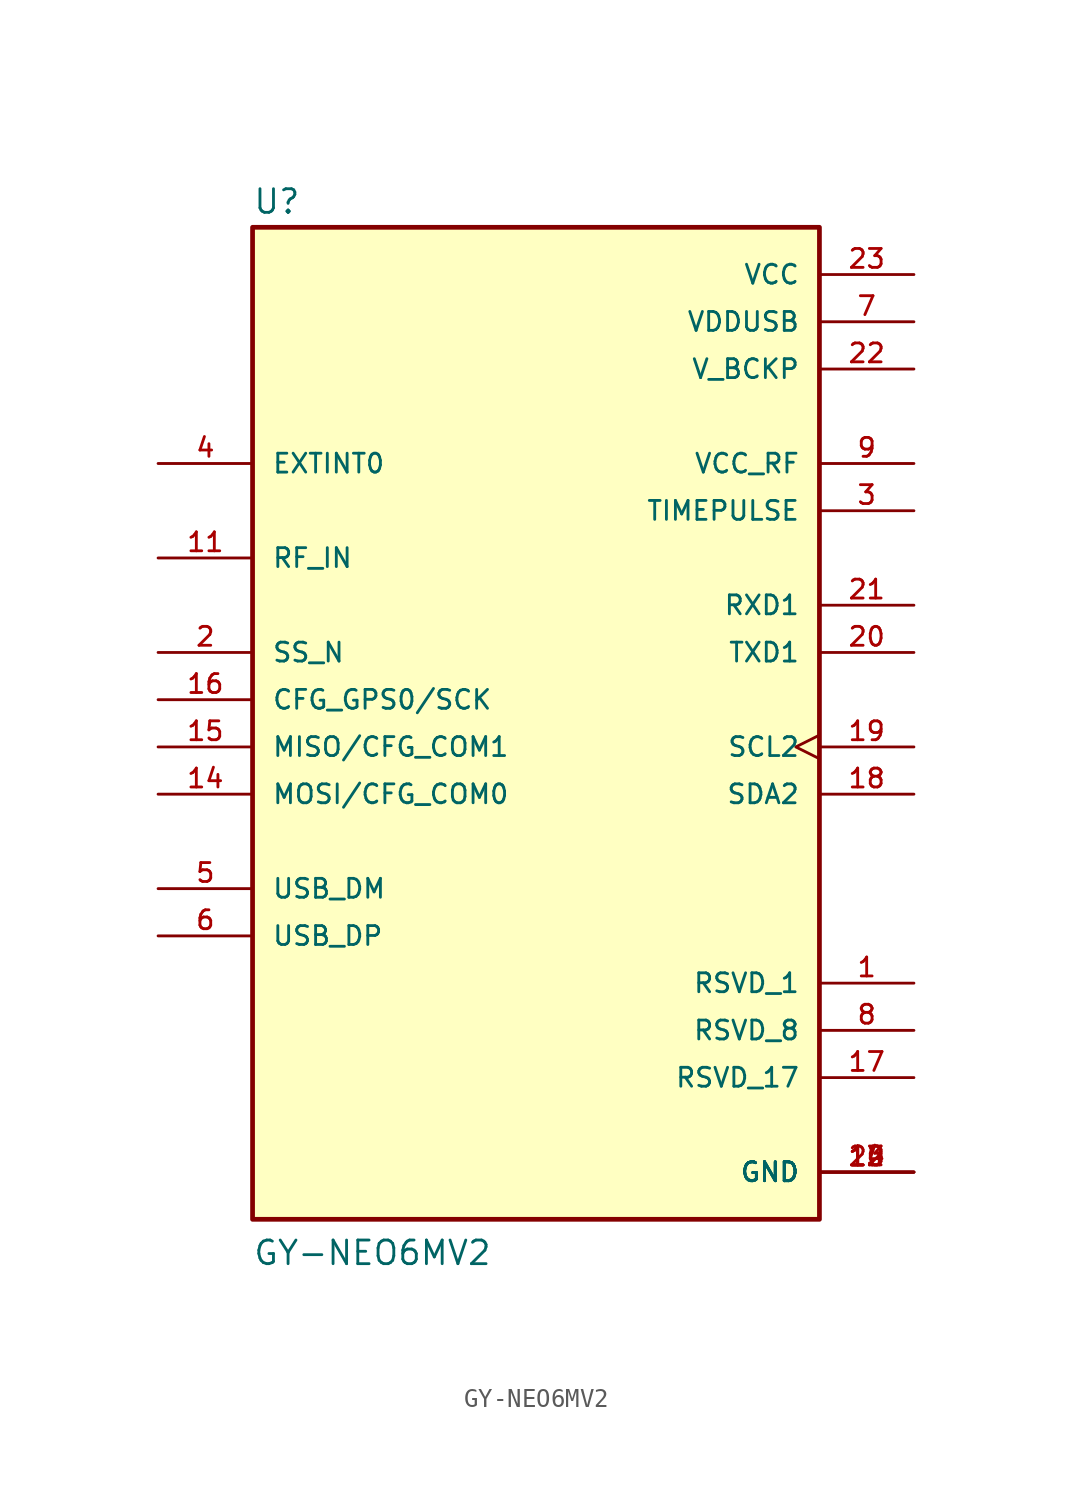
<source format=kicad_sym>
(kicad_symbol_lib
  (version 20211014)
  (generator kicad_symbol_editor)
  (symbol "GY-NEO6MV2"
    (pin_names
      (offset 1.016))
    (property "Reference" "U"
      (at -15.244 26.041 0)
      (effects (font (size 1.27 1.27)) (justify bottom left)))
    (property "Value" "GY-NEO6MV2"
      (at -15.245 -30.487 0)
      (effects (font (size 1.27 1.27)) (justify bottom left)))
    (symbol "GY-NEO6MV2_0_0"
      (rectangle (start -15.24 -27.94) (end 15.24 25.4) (stroke (width 0.254)) (fill (type background)))
      (pin input line (at -20.32 12.7 0) (length 5.08) (name "EXTINT0" (effects (font (size 1.016 1.016)))) (number "4" (effects (font (size 1.016 1.016)))))
      (pin power_in line (at 20.32 -25.4 180.0) (length 5.08) (name "GND" (effects (font (size 1.016 1.016)))) (number "10" (effects (font (size 1.016 1.016)))))
      (pin power_in line (at 20.32 -25.4 180.0) (length 5.08) (name "GND" (effects (font (size 1.016 1.016)))) (number "12" (effects (font (size 1.016 1.016)))))
      (pin power_in line (at 20.32 -25.4 180.0) (length 5.08) (name "GND" (effects (font (size 1.016 1.016)))) (number "13" (effects (font (size 1.016 1.016)))))
      (pin power_in line (at 20.32 -25.4 180.0) (length 5.08) (name "GND" (effects (font (size 1.016 1.016)))) (number "24" (effects (font (size 1.016 1.016)))))
      (pin input line (at -20.32 2.54 0) (length 5.08) (name "SS_N" (effects (font (size 1.016 1.016)))) (number "2" (effects (font (size 1.016 1.016)))))
      (pin bidirectional line (at -20.32 -5.08 0) (length 5.08) (name "MOSI/CFG_COM0" (effects (font (size 1.016 1.016)))) (number "14" (effects (font (size 1.016 1.016)))))
      (pin input line (at -20.32 -2.54 0) (length 5.08) (name "MISO/CFG_COM1" (effects (font (size 1.016 1.016)))) (number "15" (effects (font (size 1.016 1.016)))))
      (pin input line (at -20.32 0.0 0) (length 5.08) (name "CFG_GPS0/SCK" (effects (font (size 1.016 1.016)))) (number "16" (effects (font (size 1.016 1.016)))))
      (pin input line (at -20.32 7.62 0) (length 5.08) (name "RF_IN" (effects (font (size 1.016 1.016)))) (number "11" (effects (font (size 1.016 1.016)))))
      (pin input line (at 20.32 5.08 180.0) (length 5.08) (name "RXD1" (effects (font (size 1.016 1.016)))) (number "21" (effects (font (size 1.016 1.016)))))
      (pin bidirectional clock (at 20.32 -2.54 180.0) (length 5.08) (name "SCL2" (effects (font (size 1.016 1.016)))) (number "19" (effects (font (size 1.016 1.016)))))
      (pin bidirectional line (at 20.32 -5.08 180.0) (length 5.08) (name "SDA2" (effects (font (size 1.016 1.016)))) (number "18" (effects (font (size 1.016 1.016)))))
      (pin output line (at 20.32 10.16 180.0) (length 5.08) (name "TIMEPULSE" (effects (font (size 1.016 1.016)))) (number "3" (effects (font (size 1.016 1.016)))))
      (pin output line (at 20.32 2.54 180.0) (length 5.08) (name "TXD1" (effects (font (size 1.016 1.016)))) (number "20" (effects (font (size 1.016 1.016)))))
      (pin bidirectional line (at -20.32 -10.16 0) (length 5.08) (name "USB_DM" (effects (font (size 1.016 1.016)))) (number "5" (effects (font (size 1.016 1.016)))))
      (pin bidirectional line (at -20.32 -12.7 0) (length 5.08) (name "USB_DP" (effects (font (size 1.016 1.016)))) (number "6" (effects (font (size 1.016 1.016)))))
      (pin power_in line (at 20.32 17.78 180.0) (length 5.08) (name "V_BCKP" (effects (font (size 1.016 1.016)))) (number "22" (effects (font (size 1.016 1.016)))))
      (pin power_in line (at 20.32 22.86 180.0) (length 5.08) (name "VCC" (effects (font (size 1.016 1.016)))) (number "23" (effects (font (size 1.016 1.016)))))
      (pin output line (at 20.32 12.7 180.0) (length 5.08) (name "VCC_RF" (effects (font (size 1.016 1.016)))) (number "9" (effects (font (size 1.016 1.016)))))
      (pin power_in line (at 20.32 20.32 180.0) (length 5.08) (name "VDDUSB" (effects (font (size 1.016 1.016)))) (number "7" (effects (font (size 1.016 1.016)))))
      (pin passive line (at 20.32 -20.32 180.0) (length 5.08) (name "RSVD_17" (effects (font (size 1.016 1.016)))) (number "17" (effects (font (size 1.016 1.016)))))
      (pin passive line (at 20.32 -17.78 180.0) (length 5.08) (name "RSVD_8" (effects (font (size 1.016 1.016)))) (number "8" (effects (font (size 1.016 1.016)))))
      (pin passive line (at 20.32 -15.24 180.0) (length 5.08) (name "RSVD_1" (effects (font (size 1.016 1.016)))) (number "1" (effects (font (size 1.016 1.016))))))))
</source>
